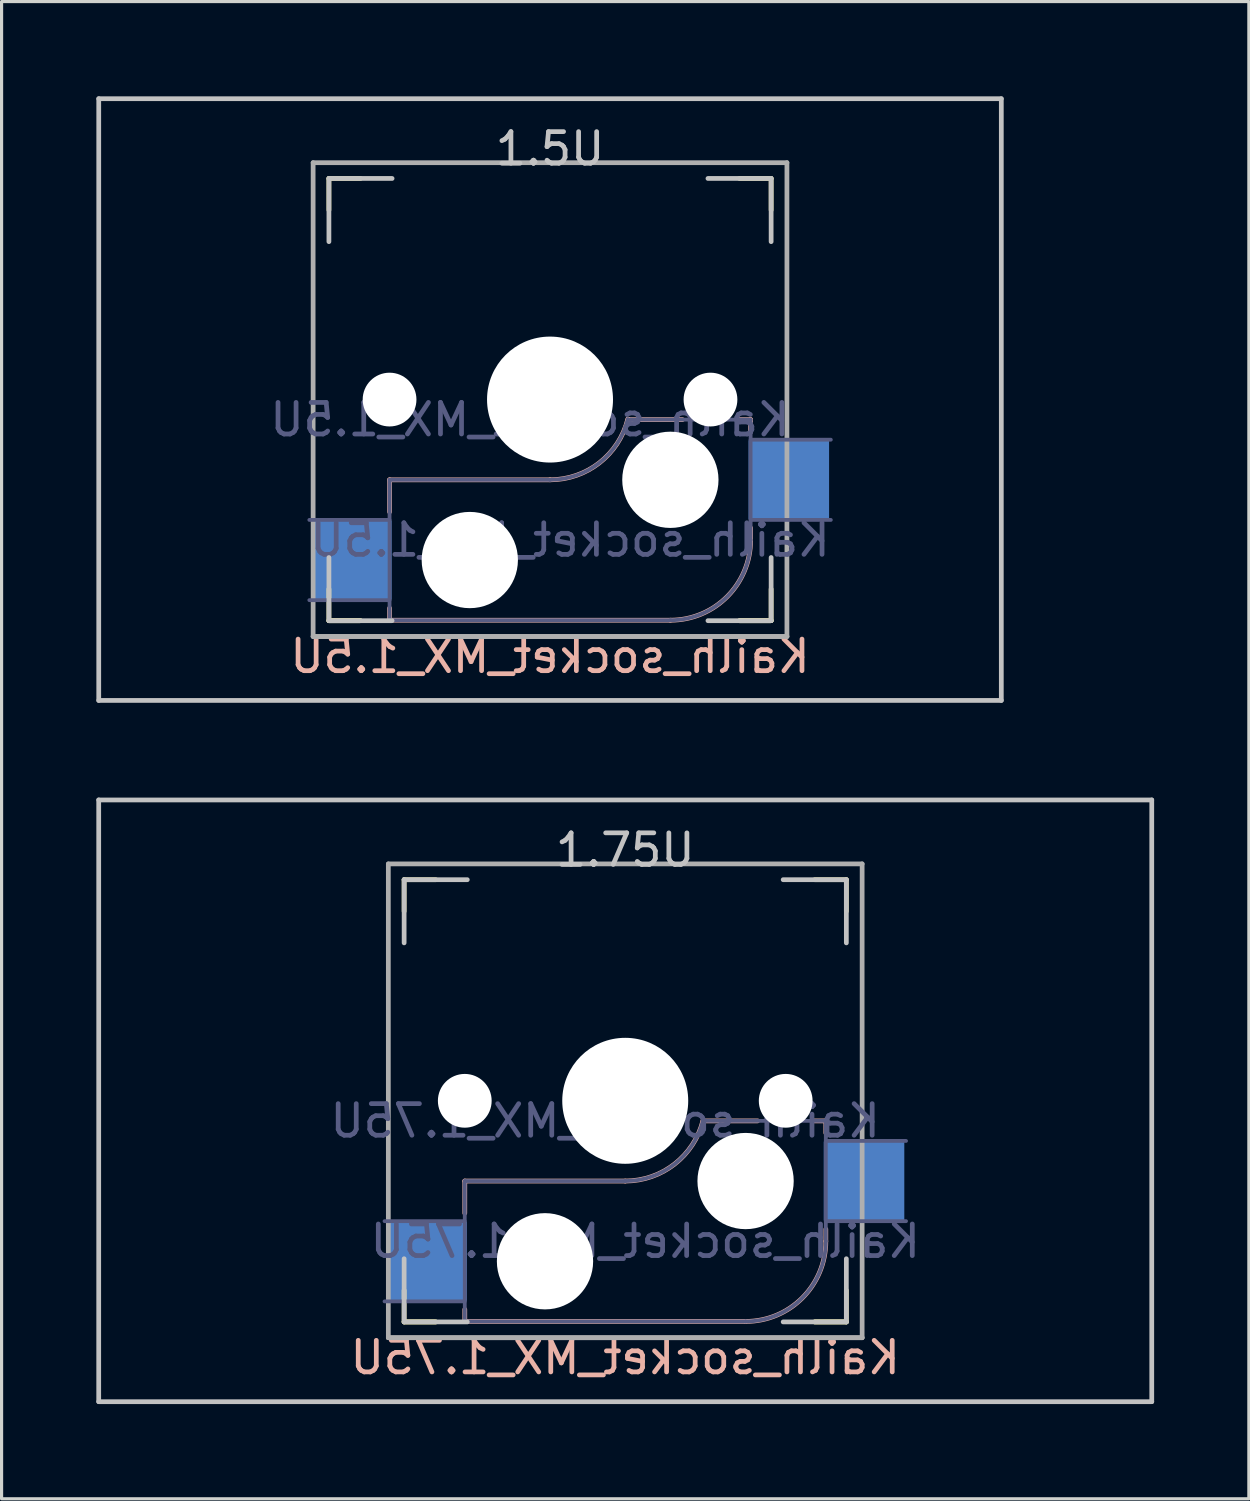
<source format=kicad_pcb>
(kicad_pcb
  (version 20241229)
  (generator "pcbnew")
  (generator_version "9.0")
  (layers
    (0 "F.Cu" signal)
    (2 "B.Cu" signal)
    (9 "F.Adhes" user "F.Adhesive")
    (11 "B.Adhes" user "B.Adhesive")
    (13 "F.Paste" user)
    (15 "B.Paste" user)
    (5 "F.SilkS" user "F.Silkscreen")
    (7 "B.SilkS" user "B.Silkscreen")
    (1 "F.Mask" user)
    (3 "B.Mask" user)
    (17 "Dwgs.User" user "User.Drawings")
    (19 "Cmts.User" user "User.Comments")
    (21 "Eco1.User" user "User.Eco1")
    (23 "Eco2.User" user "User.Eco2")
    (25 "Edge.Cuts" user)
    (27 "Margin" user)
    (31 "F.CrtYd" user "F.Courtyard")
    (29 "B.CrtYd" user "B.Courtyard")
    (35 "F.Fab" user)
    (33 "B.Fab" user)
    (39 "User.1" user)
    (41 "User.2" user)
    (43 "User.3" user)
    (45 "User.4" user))
  (footprint "Kailh_socket_MX_1.5U"
    (layer "F.Cu")
    (at 14.363 9.6)
    (property "Reference" "Kailh_socket_MX_1.5U" (at 0 8.128 0) (layer "B.SilkS") (effects (font (size 1 1) (thickness 0.15)) (justify mirror)))
    (property "Value" "Kailh_socket_MX_1.5U" (at 0 8.255 0) (layer "F.Fab") (hide yes) (effects (font (size 1 1) (thickness 0.15))))
    (attr smd)
    (fp_line (start -7 -6) (end -7 -7) (stroke (width 0.15) (type solid)) (layer "F.SilkS"))
    (fp_line (start -7 7) (end -7 6) (stroke (width 0.15) (type solid)) (layer "F.SilkS"))
    (fp_line (start -7 7) (end -6 7) (stroke (width 0.15) (type solid)) (layer "F.SilkS"))
    (fp_line (start -7 7) (end -6 7) (stroke (width 0.15) (type solid)) (layer "F.SilkS"))
    (fp_line (start -6 -7) (end -7 -7) (stroke (width 0.15) (type solid)) (layer "F.SilkS"))
    (fp_line (start 6 7) (end 7 7) (stroke (width 0.15) (type solid)) (layer "F.SilkS"))
    (fp_line (start 6 7) (end 7 7) (stroke (width 0.15) (type solid)) (layer "F.SilkS"))
    (fp_line (start 7 -7) (end 6 -7) (stroke (width 0.15) (type solid)) (layer "F.SilkS"))
    (fp_line (start 7 -7) (end 7 -6) (stroke (width 0.15) (type solid)) (layer "F.SilkS"))
    (fp_line (start 7 6) (end 7 7) (stroke (width 0.15) (type solid)) (layer "F.SilkS"))
    (fp_line (start -5.08 2.54) (end 0 2.54) (stroke (width 0.15) (type solid)) (layer "B.SilkS"))
    (fp_line (start -5.08 3.556) (end -5.08 2.54) (stroke (width 0.15) (type solid)) (layer "B.SilkS"))
    (fp_line (start -5.08 6.985) (end -5.08 6.604) (stroke (width 0.15) (type solid)) (layer "B.SilkS"))
    (fp_line (start 2.464 0.635) (end 4.191 0.635) (stroke (width 0.15) (type solid)) (layer "B.SilkS"))
    (fp_line (start 3.81 6.985) (end -5.08 6.985) (stroke (width 0.15) (type solid)) (layer "B.SilkS"))
    (fp_line (start 5.969 0.635) (end 6.35 0.635) (stroke (width 0.15) (type solid)) (layer "B.SilkS"))
    (fp_line (start 6.35 1.016) (end 6.35 0.635) (stroke (width 0.15) (type solid)) (layer "B.SilkS"))
    (fp_line (start 6.35 4.445) (end 6.35 4.064) (stroke (width 0.15) (type solid)) (layer "B.SilkS"))
    (fp_arc (start 2.464162 0.61604) (mid 1.563147 2.002042) (end 0 2.54) (stroke (width 0.15) (type solid)) (layer "B.SilkS"))
    (fp_arc (start 6.35 4.445) (mid 5.606051 6.241051) (end 3.81 6.985) (stroke (width 0.15) (type solid)) (layer "B.SilkS"))
    (fp_line (start -14.287 -9.525) (end 14.287 -9.525) (stroke (width 0.15) (type solid)) (layer "Dwgs.User"))
    (fp_line (start -14.287 9.525) (end -14.287 -9.525) (stroke (width 0.15) (type solid)) (layer "Dwgs.User"))
    (fp_line (start -7 -7) (end -7 -5) (stroke (width 0.15) (type solid)) (layer "Dwgs.User"))
    (fp_line (start -7 5) (end -7 7) (stroke (width 0.15) (type solid)) (layer "Dwgs.User"))
    (fp_line (start -7 7) (end -5 7) (stroke (width 0.15) (type solid)) (layer "Dwgs.User"))
    (fp_line (start -5 -7) (end -7 -7) (stroke (width 0.15) (type solid)) (layer "Dwgs.User"))
    (fp_line (start 5 -7) (end 7 -7) (stroke (width 0.15) (type solid)) (layer "Dwgs.User"))
    (fp_line (start 5 7) (end 7 7) (stroke (width 0.15) (type solid)) (layer "Dwgs.User"))
    (fp_line (start 7 -7) (end 7 -5) (stroke (width 0.15) (type solid)) (layer "Dwgs.User"))
    (fp_line (start 7 7) (end 7 5) (stroke (width 0.15) (type solid)) (layer "Dwgs.User"))
    (fp_line (start 14.287 -9.525) (end 14.287 9.525) (stroke (width 0.15) (type solid)) (layer "Dwgs.User"))
    (fp_line (start 14.287 9.525) (end -14.287 9.525) (stroke (width 0.15) (type solid)) (layer "Dwgs.User"))
    (fp_line (start -6.9 6.9) (end -6.9 -6.9) (stroke (width 0.15) (type solid)) (layer "Eco2.User"))
    (fp_line (start -6.9 6.9) (end 6.9 6.9) (stroke (width 0.15) (type solid)) (layer "Eco2.User"))
    (fp_line (start -6.9 6.9) (end 6.9 6.9) (stroke (width 0.15) (type solid)) (layer "Eco2.User"))
    (fp_line (start 6.9 -6.9) (end -6.9 -6.9) (stroke (width 0.15) (type solid)) (layer "Eco2.User"))
    (fp_line (start 6.9 -6.9) (end 6.9 6.9) (stroke (width 0.15) (type solid)) (layer "Eco2.User"))
    (fp_line (start -7.62 3.81) (end -5.08 3.81) (stroke (width 0.12) (type solid)) (layer "B.Fab"))
    (fp_line (start -5.08 2.54) (end 0 2.54) (stroke (width 0.12) (type solid)) (layer "B.Fab"))
    (fp_line (start -5.08 6.35) (end -7.62 6.35) (stroke (width 0.12) (type solid)) (layer "B.Fab"))
    (fp_line (start -5.08 6.985) (end -5.08 2.54) (stroke (width 0.12) (type solid)) (layer "B.Fab"))
    (fp_line (start 3.81 6.985) (end -5.08 6.985) (stroke (width 0.12) (type solid)) (layer "B.Fab"))
    (fp_line (start 6.35 0.635) (end 2.54 0.635) (stroke (width 0.12) (type solid)) (layer "B.Fab"))
    (fp_line (start 6.35 0.635) (end 6.35 4.445) (stroke (width 0.12) (type solid)) (layer "B.Fab"))
    (fp_line (start 6.35 1.27) (end 8.89 1.27) (stroke (width 0.12) (type solid)) (layer "B.Fab"))
    (fp_line (start 8.89 3.81) (end 6.35 3.81) (stroke (width 0.12) (type solid)) (layer "B.Fab"))
    (fp_arc (start 2.464162 0.61604) (mid 1.563147 2.002042) (end 0 2.54) (stroke (width 0.12) (type solid)) (layer "B.Fab"))
    (fp_arc (start 6.35 4.445) (mid 5.606051 6.241051) (end 3.81 6.985) (stroke (width 0.12) (type solid)) (layer "B.Fab"))
    (fp_line (start -7.5 -7.5) (end 7.5 -7.5) (stroke (width 0.15) (type solid)) (layer "F.Fab"))
    (fp_line (start -7.5 7.5) (end -7.5 -7.5) (stroke (width 0.15) (type solid)) (layer "F.Fab"))
    (fp_line (start 7.5 -7.5) (end 7.5 7.5) (stroke (width 0.15) (type solid)) (layer "F.Fab"))
    (fp_line (start 7.5 7.5) (end -7.5 7.5) (stroke (width 0.15) (type solid)) (layer "F.Fab"))
    (fp_line (start 7.5 7.5) (end -7.5 7.5) (stroke (width 0.15) (type solid)) (layer "F.Fab"))
    (fp_text user "1.5U" (at 0 -7.938 0) (layer "Dwgs.User") (effects (font (size 1 1) (thickness 0.15))))
    (fp_text user "${VALUE}" (at -0.635 0.635 0) (layer "B.Fab") (effects (font (size 1 1) (thickness 0.15)) (justify mirror)))
    (fp_text user "${REFERENCE}" (at 0.635 4.445 180) (layer "B.Fab") (effects (font (size 1 1) (thickness 0.15)) (justify mirror)))
    (pad "" np_thru_hole circle (at -5.08 0) (size 1.702 1.702) (drill 1.702) (layers "*.Cu" "*.Mask"))
    (pad "" np_thru_hole circle (at -2.54 5.08 180) (size 3.048 3.048) (drill 3.048) (layers "*.Cu" "*.Mask"))
    (pad "" np_thru_hole circle (at 0 0) (size 3.988 3.988) (drill 3.988) (layers "*.Cu" "*.Mask"))
    (pad "" np_thru_hole circle (at 3.81 2.54 180) (size 3.048 3.048) (drill 3.048) (layers "*.Cu" "*.Mask"))
    (pad "" np_thru_hole circle (at 5.08 0) (size 1.702 1.702) (drill 1.702) (layers "*.Cu" "*.Mask"))
    (pad "1" smd rect (at -6.29 5.08 180) (size 2.55 2.5) (layers "B.Cu" "B.Mask" "B.Paste"))
    (pad "2" smd rect (at 7.56 2.54 180) (size 2.55 2.5) (layers "B.Cu" "B.Mask" "B.Paste")))
  (footprint "Kailh_socket_MX_1.75U"
    (layer "F.Cu")
    (at 16.744 31.8)
    (property "Reference" "Kailh_socket_MX_1.75U" (at 0 8.128 0) (layer "B.SilkS") (effects (font (size 1 1) (thickness 0.15)) (justify mirror)))
    (property "Value" "Kailh_socket_MX_1.75U" (at 0 8.255 0) (layer "F.Fab") (hide yes) (effects (font (size 1 1) (thickness 0.15))))
    (attr smd)
    (fp_line (start -7 -6) (end -7 -7) (stroke (width 0.15) (type solid)) (layer "F.SilkS"))
    (fp_line (start -7 7) (end -7 6) (stroke (width 0.15) (type solid)) (layer "F.SilkS"))
    (fp_line (start -7 7) (end -6 7) (stroke (width 0.15) (type solid)) (layer "F.SilkS"))
    (fp_line (start -7 7) (end -6 7) (stroke (width 0.15) (type solid)) (layer "F.SilkS"))
    (fp_line (start -6 -7) (end -7 -7) (stroke (width 0.15) (type solid)) (layer "F.SilkS"))
    (fp_line (start 6 7) (end 7 7) (stroke (width 0.15) (type solid)) (layer "F.SilkS"))
    (fp_line (start 6 7) (end 7 7) (stroke (width 0.15) (type solid)) (layer "F.SilkS"))
    (fp_line (start 7 -7) (end 6 -7) (stroke (width 0.15) (type solid)) (layer "F.SilkS"))
    (fp_line (start 7 -7) (end 7 -6) (stroke (width 0.15) (type solid)) (layer "F.SilkS"))
    (fp_line (start 7 6) (end 7 7) (stroke (width 0.15) (type solid)) (layer "F.SilkS"))
    (fp_line (start -5.08 2.54) (end 0 2.54) (stroke (width 0.15) (type solid)) (layer "B.SilkS"))
    (fp_line (start -5.08 3.556) (end -5.08 2.54) (stroke (width 0.15) (type solid)) (layer "B.SilkS"))
    (fp_line (start -5.08 6.985) (end -5.08 6.604) (stroke (width 0.15) (type solid)) (layer "B.SilkS"))
    (fp_line (start 2.464 0.635) (end 4.191 0.635) (stroke (width 0.15) (type solid)) (layer "B.SilkS"))
    (fp_line (start 3.81 6.985) (end -5.08 6.985) (stroke (width 0.15) (type solid)) (layer "B.SilkS"))
    (fp_line (start 5.969 0.635) (end 6.35 0.635) (stroke (width 0.15) (type solid)) (layer "B.SilkS"))
    (fp_line (start 6.35 1.016) (end 6.35 0.635) (stroke (width 0.15) (type solid)) (layer "B.SilkS"))
    (fp_line (start 6.35 4.445) (end 6.35 4.064) (stroke (width 0.15) (type solid)) (layer "B.SilkS"))
    (fp_arc (start 2.464162 0.61604) (mid 1.563147 2.002042) (end 0 2.54) (stroke (width 0.15) (type solid)) (layer "B.SilkS"))
    (fp_arc (start 6.35 4.445) (mid 5.606051 6.241051) (end 3.81 6.985) (stroke (width 0.15) (type solid)) (layer "B.SilkS"))
    (fp_line (start -16.669 -9.525) (end 16.669 -9.525) (stroke (width 0.15) (type solid)) (layer "Dwgs.User"))
    (fp_line (start -16.669 9.525) (end -16.669 -9.525) (stroke (width 0.15) (type solid)) (layer "Dwgs.User"))
    (fp_line (start -7 -7) (end -7 -5) (stroke (width 0.15) (type solid)) (layer "Dwgs.User"))
    (fp_line (start -7 5) (end -7 7) (stroke (width 0.15) (type solid)) (layer "Dwgs.User"))
    (fp_line (start -7 7) (end -5 7) (stroke (width 0.15) (type solid)) (layer "Dwgs.User"))
    (fp_line (start -5 -7) (end -7 -7) (stroke (width 0.15) (type solid)) (layer "Dwgs.User"))
    (fp_line (start 5 -7) (end 7 -7) (stroke (width 0.15) (type solid)) (layer "Dwgs.User"))
    (fp_line (start 5 7) (end 7 7) (stroke (width 0.15) (type solid)) (layer "Dwgs.User"))
    (fp_line (start 7 -7) (end 7 -5) (stroke (width 0.15) (type solid)) (layer "Dwgs.User"))
    (fp_line (start 7 7) (end 7 5) (stroke (width 0.15) (type solid)) (layer "Dwgs.User"))
    (fp_line (start 16.669 -9.525) (end 16.669 9.525) (stroke (width 0.15) (type solid)) (layer "Dwgs.User"))
    (fp_line (start 16.669 9.525) (end -16.669 9.525) (stroke (width 0.15) (type solid)) (layer "Dwgs.User"))
    (fp_line (start -6.9 6.9) (end -6.9 -6.9) (stroke (width 0.15) (type solid)) (layer "Eco2.User"))
    (fp_line (start -6.9 6.9) (end 6.9 6.9) (stroke (width 0.15) (type solid)) (layer "Eco2.User"))
    (fp_line (start -6.9 6.9) (end 6.9 6.9) (stroke (width 0.15) (type solid)) (layer "Eco2.User"))
    (fp_line (start 6.9 -6.9) (end -6.9 -6.9) (stroke (width 0.15) (type solid)) (layer "Eco2.User"))
    (fp_line (start 6.9 -6.9) (end 6.9 6.9) (stroke (width 0.15) (type solid)) (layer "Eco2.User"))
    (fp_line (start -7.62 3.81) (end -5.08 3.81) (stroke (width 0.12) (type solid)) (layer "B.Fab"))
    (fp_line (start -5.08 2.54) (end 0 2.54) (stroke (width 0.12) (type solid)) (layer "B.Fab"))
    (fp_line (start -5.08 6.35) (end -7.62 6.35) (stroke (width 0.12) (type solid)) (layer "B.Fab"))
    (fp_line (start -5.08 6.985) (end -5.08 2.54) (stroke (width 0.12) (type solid)) (layer "B.Fab"))
    (fp_line (start 3.81 6.985) (end -5.08 6.985) (stroke (width 0.12) (type solid)) (layer "B.Fab"))
    (fp_line (start 6.35 0.635) (end 2.54 0.635) (stroke (width 0.12) (type solid)) (layer "B.Fab"))
    (fp_line (start 6.35 0.635) (end 6.35 4.445) (stroke (width 0.12) (type solid)) (layer "B.Fab"))
    (fp_line (start 6.35 1.27) (end 8.89 1.27) (stroke (width 0.12) (type solid)) (layer "B.Fab"))
    (fp_line (start 8.89 3.81) (end 6.35 3.81) (stroke (width 0.12) (type solid)) (layer "B.Fab"))
    (fp_arc (start 2.464162 0.61604) (mid 1.563147 2.002042) (end 0 2.54) (stroke (width 0.12) (type solid)) (layer "B.Fab"))
    (fp_arc (start 6.35 4.445) (mid 5.606051 6.241051) (end 3.81 6.985) (stroke (width 0.12) (type solid)) (layer "B.Fab"))
    (fp_line (start -7.5 -7.5) (end 7.5 -7.5) (stroke (width 0.15) (type solid)) (layer "F.Fab"))
    (fp_line (start -7.5 7.5) (end -7.5 -7.5) (stroke (width 0.15) (type solid)) (layer "F.Fab"))
    (fp_line (start 7.5 -7.5) (end 7.5 7.5) (stroke (width 0.15) (type solid)) (layer "F.Fab"))
    (fp_line (start 7.5 7.5) (end -7.5 7.5) (stroke (width 0.15) (type solid)) (layer "F.Fab"))
    (fp_line (start 7.5 7.5) (end -7.5 7.5) (stroke (width 0.15) (type solid)) (layer "F.Fab"))
    (fp_text user "1.75U" (at 0 -7.938 0) (layer "Dwgs.User") (effects (font (size 1 1) (thickness 0.15))))
    (fp_text user "${REFERENCE}" (at 0.635 4.445 180) (layer "B.Fab") (effects (font (size 1 1) (thickness 0.15)) (justify mirror)))
    (fp_text user "${VALUE}" (at -0.635 0.635 0) (layer "B.Fab") (effects (font (size 1 1) (thickness 0.15)) (justify mirror)))
    (pad "" np_thru_hole circle (at -5.08 0) (size 1.702 1.702) (drill 1.702) (layers "*.Cu" "*.Mask"))
    (pad "" np_thru_hole circle (at -2.54 5.08 180) (size 3.048 3.048) (drill 3.048) (layers "*.Cu" "*.Mask"))
    (pad "" np_thru_hole circle (at 0 0 180) (size 3.988 3.988) (drill 3.988) (layers "*.Cu" "*.Mask"))
    (pad "" np_thru_hole circle (at 3.81 2.54 180) (size 3.048 3.048) (drill 3.048) (layers "*.Cu" "*.Mask"))
    (pad "" np_thru_hole circle (at 5.08 0) (size 1.702 1.702) (drill 1.702) (layers "*.Cu" "*.Mask"))
    (pad "1" smd rect (at -6.29 5.08 180) (size 2.55 2.5) (layers "B.Cu" "B.Mask" "B.Paste"))
    (pad "2" smd rect (at 7.56 2.54 180) (size 2.55 2.5) (layers "B.Cu" "B.Mask" "B.Paste")))
  (gr_rect
    (start -3 -3)
    (end 36.487 44.4)
    (stroke (width 0.1) (type default))
    (fill no)
    (layer "Edge.Cuts")))
</source>
